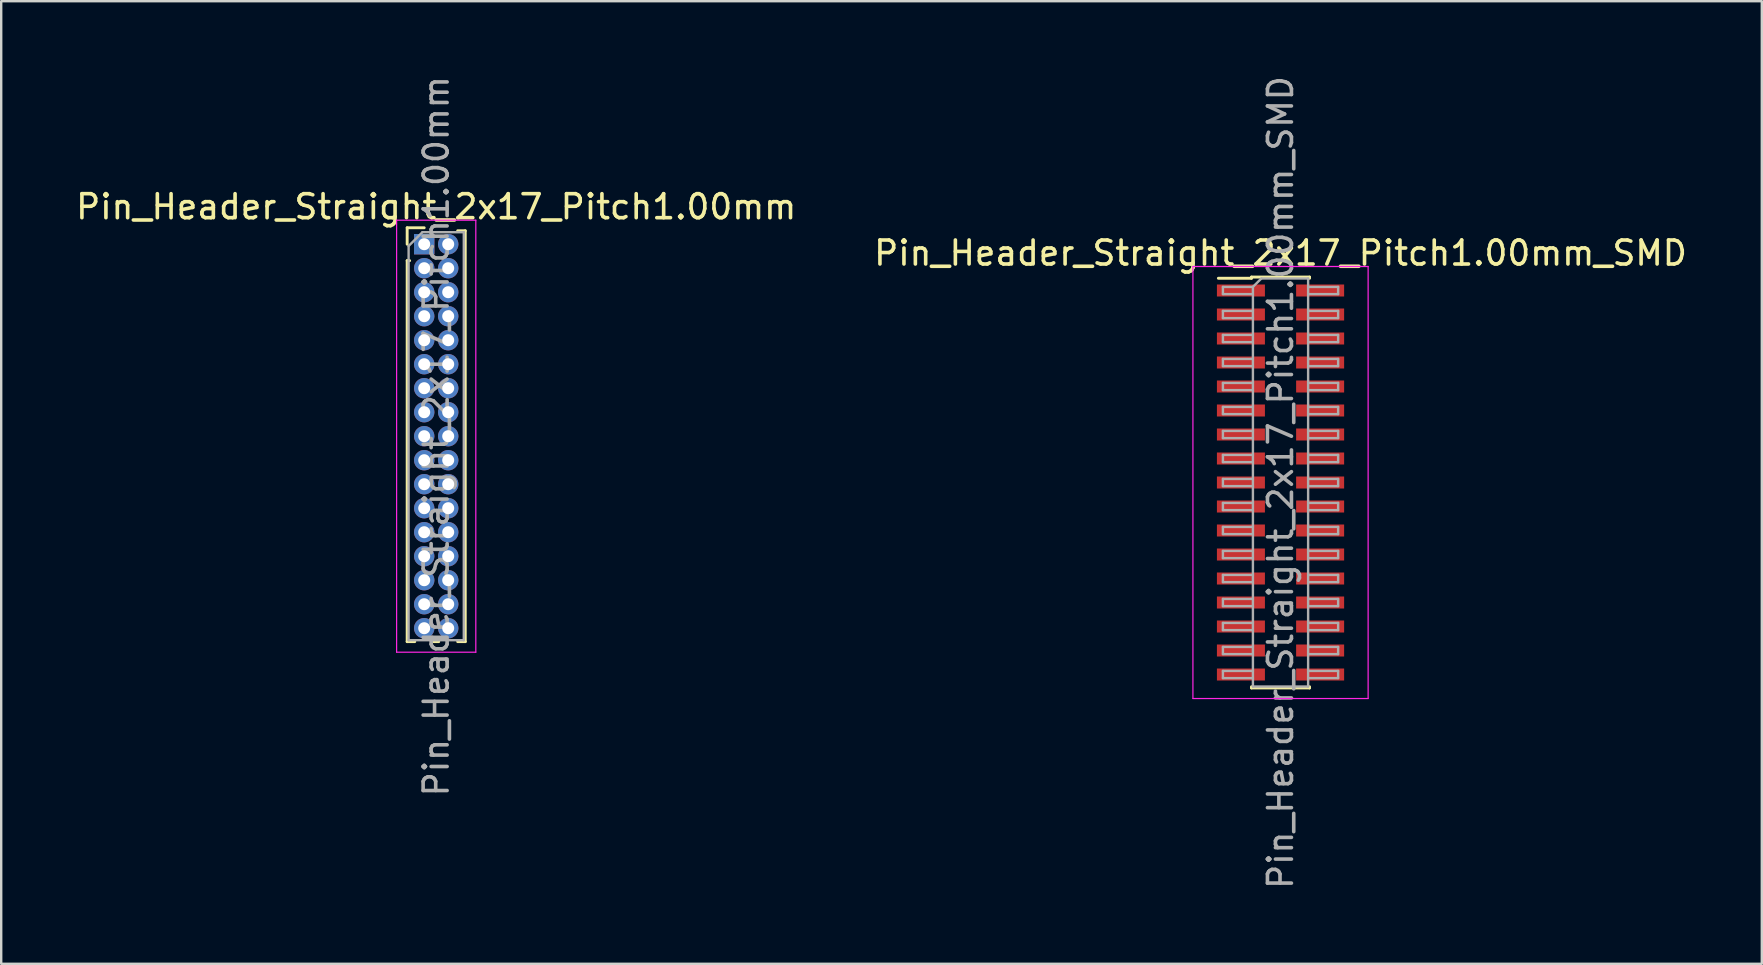
<source format=kicad_pcb>
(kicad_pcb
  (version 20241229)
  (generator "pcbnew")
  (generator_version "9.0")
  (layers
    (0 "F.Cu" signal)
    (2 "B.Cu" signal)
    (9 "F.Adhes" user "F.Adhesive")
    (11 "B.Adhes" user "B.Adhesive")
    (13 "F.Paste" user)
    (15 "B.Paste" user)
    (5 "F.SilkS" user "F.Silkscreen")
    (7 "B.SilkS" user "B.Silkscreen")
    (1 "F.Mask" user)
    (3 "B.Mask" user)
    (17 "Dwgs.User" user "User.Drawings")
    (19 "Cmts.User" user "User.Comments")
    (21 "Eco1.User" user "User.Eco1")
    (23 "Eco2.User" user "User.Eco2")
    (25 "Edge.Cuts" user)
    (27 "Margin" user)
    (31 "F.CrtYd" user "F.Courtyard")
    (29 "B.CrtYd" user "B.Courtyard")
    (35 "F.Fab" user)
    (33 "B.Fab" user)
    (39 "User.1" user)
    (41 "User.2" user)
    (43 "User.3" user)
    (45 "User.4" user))
  (footprint "Pin_Header_Straight_2x17_Pitch1.00mm"
    (layer "F.Cu")
    (at 14.625 7.125)
    (property "Reference" "Pin_Header_Straight_2x17_Pitch1.00mm" (at 0.5 -1.56 0) (layer "F.SilkS") (effects (font (size 1 1) (thickness 0.15))))
    (attr through_hole)
    (fp_line (start -0.71 -0.685) (end 0 -0.685) (stroke (width 0.12) (type solid)) (layer "F.SilkS"))
    (fp_line (start -0.71 0) (end -0.71 -0.685) (stroke (width 0.12) (type solid)) (layer "F.SilkS"))
    (fp_line (start -0.71 0.685) (end -0.71 16.56) (stroke (width 0.12) (type solid)) (layer "F.SilkS"))
    (fp_line (start -0.71 0.685) (end -0.608 0.685) (stroke (width 0.12) (type solid)) (layer "F.SilkS"))
    (fp_line (start -0.71 16.56) (end -0.394 16.56) (stroke (width 0.12) (type solid)) (layer "F.SilkS"))
    (fp_line (start 0.394 16.56) (end 0.606 16.56) (stroke (width 0.12) (type solid)) (layer "F.SilkS"))
    (fp_line (start 1.394 -0.56) (end 1.71 -0.56) (stroke (width 0.12) (type solid)) (layer "F.SilkS"))
    (fp_line (start 1.394 16.56) (end 1.71 16.56) (stroke (width 0.12) (type solid)) (layer "F.SilkS"))
    (fp_line (start 1.71 -0.56) (end 1.71 16.56) (stroke (width 0.12) (type solid)) (layer "F.SilkS"))
    (fp_line (start -1.15 -1) (end -1.15 17) (stroke (width 0.05) (type solid)) (layer "F.CrtYd"))
    (fp_line (start -1.15 17) (end 2.15 17) (stroke (width 0.05) (type solid)) (layer "F.CrtYd"))
    (fp_line (start 2.15 -1) (end -1.15 -1) (stroke (width 0.05) (type solid)) (layer "F.CrtYd"))
    (fp_line (start 2.15 17) (end 2.15 -1) (stroke (width 0.05) (type solid)) (layer "F.CrtYd"))
    (fp_line (start -0.65 0.075) (end -0.075 -0.5) (stroke (width 0.1) (type solid)) (layer "F.Fab"))
    (fp_line (start -0.65 16.5) (end -0.65 0.075) (stroke (width 0.1) (type solid)) (layer "F.Fab"))
    (fp_line (start -0.075 -0.5) (end 1.65 -0.5) (stroke (width 0.1) (type solid)) (layer "F.Fab"))
    (fp_line (start 1.65 -0.5) (end 1.65 16.5) (stroke (width 0.1) (type solid)) (layer "F.Fab"))
    (fp_line (start 1.65 16.5) (end -0.65 16.5) (stroke (width 0.1) (type solid)) (layer "F.Fab"))
    (fp_text user "${REFERENCE}" (at 0.5 8 90) (layer "F.Fab") (effects (font (size 1 1) (thickness 0.15))))
    (pad "1" thru_hole rect (at 0 0) (size 0.85 0.85) (drill 0.5) (layers "*.Cu" "*.Mask"))
    (pad "2" thru_hole oval (at 1 0) (size 0.85 0.85) (drill 0.5) (layers "*.Cu" "*.Mask"))
    (pad "3" thru_hole oval (at 0 1) (size 0.85 0.85) (drill 0.5) (layers "*.Cu" "*.Mask"))
    (pad "4" thru_hole oval (at 1 1) (size 0.85 0.85) (drill 0.5) (layers "*.Cu" "*.Mask"))
    (pad "5" thru_hole oval (at 0 2) (size 0.85 0.85) (drill 0.5) (layers "*.Cu" "*.Mask"))
    (pad "6" thru_hole oval (at 1 2) (size 0.85 0.85) (drill 0.5) (layers "*.Cu" "*.Mask"))
    (pad "7" thru_hole oval (at 0 3) (size 0.85 0.85) (drill 0.5) (layers "*.Cu" "*.Mask"))
    (pad "8" thru_hole oval (at 1 3) (size 0.85 0.85) (drill 0.5) (layers "*.Cu" "*.Mask"))
    (pad "9" thru_hole oval (at 0 4) (size 0.85 0.85) (drill 0.5) (layers "*.Cu" "*.Mask"))
    (pad "10" thru_hole oval (at 1 4) (size 0.85 0.85) (drill 0.5) (layers "*.Cu" "*.Mask"))
    (pad "11" thru_hole oval (at 0 5) (size 0.85 0.85) (drill 0.5) (layers "*.Cu" "*.Mask"))
    (pad "12" thru_hole oval (at 1 5) (size 0.85 0.85) (drill 0.5) (layers "*.Cu" "*.Mask"))
    (pad "13" thru_hole oval (at 0 6) (size 0.85 0.85) (drill 0.5) (layers "*.Cu" "*.Mask"))
    (pad "14" thru_hole oval (at 1 6) (size 0.85 0.85) (drill 0.5) (layers "*.Cu" "*.Mask"))
    (pad "15" thru_hole oval (at 0 7) (size 0.85 0.85) (drill 0.5) (layers "*.Cu" "*.Mask"))
    (pad "16" thru_hole oval (at 1 7) (size 0.85 0.85) (drill 0.5) (layers "*.Cu" "*.Mask"))
    (pad "17" thru_hole oval (at 0 8) (size 0.85 0.85) (drill 0.5) (layers "*.Cu" "*.Mask"))
    (pad "18" thru_hole oval (at 1 8) (size 0.85 0.85) (drill 0.5) (layers "*.Cu" "*.Mask"))
    (pad "19" thru_hole oval (at 0 9) (size 0.85 0.85) (drill 0.5) (layers "*.Cu" "*.Mask"))
    (pad "20" thru_hole oval (at 1 9) (size 0.85 0.85) (drill 0.5) (layers "*.Cu" "*.Mask"))
    (pad "21" thru_hole oval (at 0 10) (size 0.85 0.85) (drill 0.5) (layers "*.Cu" "*.Mask"))
    (pad "22" thru_hole oval (at 1 10) (size 0.85 0.85) (drill 0.5) (layers "*.Cu" "*.Mask"))
    (pad "23" thru_hole oval (at 0 11) (size 0.85 0.85) (drill 0.5) (layers "*.Cu" "*.Mask"))
    (pad "24" thru_hole oval (at 1 11) (size 0.85 0.85) (drill 0.5) (layers "*.Cu" "*.Mask"))
    (pad "25" thru_hole oval (at 0 12) (size 0.85 0.85) (drill 0.5) (layers "*.Cu" "*.Mask"))
    (pad "26" thru_hole oval (at 1 12) (size 0.85 0.85) (drill 0.5) (layers "*.Cu" "*.Mask"))
    (pad "27" thru_hole oval (at 0 13) (size 0.85 0.85) (drill 0.5) (layers "*.Cu" "*.Mask"))
    (pad "28" thru_hole oval (at 1 13) (size 0.85 0.85) (drill 0.5) (layers "*.Cu" "*.Mask"))
    (pad "29" thru_hole oval (at 0 14) (size 0.85 0.85) (drill 0.5) (layers "*.Cu" "*.Mask"))
    (pad "30" thru_hole oval (at 1 14) (size 0.85 0.85) (drill 0.5) (layers "*.Cu" "*.Mask"))
    (pad "31" thru_hole oval (at 0 15) (size 0.85 0.85) (drill 0.5) (layers "*.Cu" "*.Mask"))
    (pad "32" thru_hole oval (at 1 15) (size 0.85 0.85) (drill 0.5) (layers "*.Cu" "*.Mask"))
    (pad "33" thru_hole oval (at 0 16) (size 0.85 0.85) (drill 0.5) (layers "*.Cu" "*.Mask"))
    (pad "34" thru_hole oval (at 1 16) (size 0.85 0.85) (drill 0.5) (layers "*.Cu" "*.Mask")))
  (footprint "Pin_Header_Straight_2x17_Pitch1.00mm_SMD"
    (layer "F.Cu")
    (at 50.304 17.054)
    (property "Reference" "Pin_Header_Straight_2x17_Pitch1.00mm_SMD" (at 0 -9.56 0) (layer "F.SilkS") (effects (font (size 1 1) (thickness 0.15))))
    (attr smd)
    (fp_line (start -2.59 -8.51) (end -1.21 -8.51) (stroke (width 0.12) (type solid)) (layer "F.SilkS"))
    (fp_line (start -1.21 -8.56) (end -1.21 -8.51) (stroke (width 0.12) (type solid)) (layer "F.SilkS"))
    (fp_line (start -1.21 -8.56) (end 1.21 -8.56) (stroke (width 0.12) (type solid)) (layer "F.SilkS"))
    (fp_line (start -1.21 8.51) (end -1.21 8.56) (stroke (width 0.12) (type solid)) (layer "F.SilkS"))
    (fp_line (start -1.21 8.56) (end 1.21 8.56) (stroke (width 0.12) (type solid)) (layer "F.SilkS"))
    (fp_line (start 1.21 -8.56) (end 1.21 -8.51) (stroke (width 0.12) (type solid)) (layer "F.SilkS"))
    (fp_line (start 1.21 8.51) (end 1.21 8.56) (stroke (width 0.12) (type solid)) (layer "F.SilkS"))
    (fp_line (start -3.65 -9) (end -3.65 9) (stroke (width 0.05) (type solid)) (layer "F.CrtYd"))
    (fp_line (start -3.65 9) (end 3.65 9) (stroke (width 0.05) (type solid)) (layer "F.CrtYd"))
    (fp_line (start 3.65 -9) (end -3.65 -9) (stroke (width 0.05) (type solid)) (layer "F.CrtYd"))
    (fp_line (start 3.65 9) (end 3.65 -9) (stroke (width 0.05) (type solid)) (layer "F.CrtYd"))
    (fp_line (start -2.4 -8.15) (end -2.4 -7.85) (stroke (width 0.1) (type solid)) (layer "F.Fab"))
    (fp_line (start -2.4 -7.85) (end -1.15 -7.85) (stroke (width 0.1) (type solid)) (layer "F.Fab"))
    (fp_line (start -2.4 -7.15) (end -2.4 -6.85) (stroke (width 0.1) (type solid)) (layer "F.Fab"))
    (fp_line (start -2.4 -6.85) (end -1.15 -6.85) (stroke (width 0.1) (type solid)) (layer "F.Fab"))
    (fp_line (start -2.4 -6.15) (end -2.4 -5.85) (stroke (width 0.1) (type solid)) (layer "F.Fab"))
    (fp_line (start -2.4 -5.85) (end -1.15 -5.85) (stroke (width 0.1) (type solid)) (layer "F.Fab"))
    (fp_line (start -2.4 -5.15) (end -2.4 -4.85) (stroke (width 0.1) (type solid)) (layer "F.Fab"))
    (fp_line (start -2.4 -4.85) (end -1.15 -4.85) (stroke (width 0.1) (type solid)) (layer "F.Fab"))
    (fp_line (start -2.4 -4.15) (end -2.4 -3.85) (stroke (width 0.1) (type solid)) (layer "F.Fab"))
    (fp_line (start -2.4 -3.85) (end -1.15 -3.85) (stroke (width 0.1) (type solid)) (layer "F.Fab"))
    (fp_line (start -2.4 -3.15) (end -2.4 -2.85) (stroke (width 0.1) (type solid)) (layer "F.Fab"))
    (fp_line (start -2.4 -2.85) (end -1.15 -2.85) (stroke (width 0.1) (type solid)) (layer "F.Fab"))
    (fp_line (start -2.4 -2.15) (end -2.4 -1.85) (stroke (width 0.1) (type solid)) (layer "F.Fab"))
    (fp_line (start -2.4 -1.85) (end -1.15 -1.85) (stroke (width 0.1) (type solid)) (layer "F.Fab"))
    (fp_line (start -2.4 -1.15) (end -2.4 -0.85) (stroke (width 0.1) (type solid)) (layer "F.Fab"))
    (fp_line (start -2.4 -0.85) (end -1.15 -0.85) (stroke (width 0.1) (type solid)) (layer "F.Fab"))
    (fp_line (start -2.4 -0.15) (end -2.4 0.15) (stroke (width 0.1) (type solid)) (layer "F.Fab"))
    (fp_line (start -2.4 0.15) (end -1.15 0.15) (stroke (width 0.1) (type solid)) (layer "F.Fab"))
    (fp_line (start -2.4 0.85) (end -2.4 1.15) (stroke (width 0.1) (type solid)) (layer "F.Fab"))
    (fp_line (start -2.4 1.15) (end -1.15 1.15) (stroke (width 0.1) (type solid)) (layer "F.Fab"))
    (fp_line (start -2.4 1.85) (end -2.4 2.15) (stroke (width 0.1) (type solid)) (layer "F.Fab"))
    (fp_line (start -2.4 2.15) (end -1.15 2.15) (stroke (width 0.1) (type solid)) (layer "F.Fab"))
    (fp_line (start -2.4 2.85) (end -2.4 3.15) (stroke (width 0.1) (type solid)) (layer "F.Fab"))
    (fp_line (start -2.4 3.15) (end -1.15 3.15) (stroke (width 0.1) (type solid)) (layer "F.Fab"))
    (fp_line (start -2.4 3.85) (end -2.4 4.15) (stroke (width 0.1) (type solid)) (layer "F.Fab"))
    (fp_line (start -2.4 4.15) (end -1.15 4.15) (stroke (width 0.1) (type solid)) (layer "F.Fab"))
    (fp_line (start -2.4 4.85) (end -2.4 5.15) (stroke (width 0.1) (type solid)) (layer "F.Fab"))
    (fp_line (start -2.4 5.15) (end -1.15 5.15) (stroke (width 0.1) (type solid)) (layer "F.Fab"))
    (fp_line (start -2.4 5.85) (end -2.4 6.15) (stroke (width 0.1) (type solid)) (layer "F.Fab"))
    (fp_line (start -2.4 6.15) (end -1.15 6.15) (stroke (width 0.1) (type solid)) (layer "F.Fab"))
    (fp_line (start -2.4 6.85) (end -2.4 7.15) (stroke (width 0.1) (type solid)) (layer "F.Fab"))
    (fp_line (start -2.4 7.15) (end -1.15 7.15) (stroke (width 0.1) (type solid)) (layer "F.Fab"))
    (fp_line (start -2.4 7.85) (end -2.4 8.15) (stroke (width 0.1) (type solid)) (layer "F.Fab"))
    (fp_line (start -2.4 8.15) (end -1.15 8.15) (stroke (width 0.1) (type solid)) (layer "F.Fab"))
    (fp_line (start -1.15 -8.15) (end -2.4 -8.15) (stroke (width 0.1) (type solid)) (layer "F.Fab"))
    (fp_line (start -1.15 -8.15) (end -0.8 -8.5) (stroke (width 0.1) (type solid)) (layer "F.Fab"))
    (fp_line (start -1.15 -7.15) (end -2.4 -7.15) (stroke (width 0.1) (type solid)) (layer "F.Fab"))
    (fp_line (start -1.15 -6.15) (end -2.4 -6.15) (stroke (width 0.1) (type solid)) (layer "F.Fab"))
    (fp_line (start -1.15 -5.15) (end -2.4 -5.15) (stroke (width 0.1) (type solid)) (layer "F.Fab"))
    (fp_line (start -1.15 -4.15) (end -2.4 -4.15) (stroke (width 0.1) (type solid)) (layer "F.Fab"))
    (fp_line (start -1.15 -3.15) (end -2.4 -3.15) (stroke (width 0.1) (type solid)) (layer "F.Fab"))
    (fp_line (start -1.15 -2.15) (end -2.4 -2.15) (stroke (width 0.1) (type solid)) (layer "F.Fab"))
    (fp_line (start -1.15 -1.15) (end -2.4 -1.15) (stroke (width 0.1) (type solid)) (layer "F.Fab"))
    (fp_line (start -1.15 -0.15) (end -2.4 -0.15) (stroke (width 0.1) (type solid)) (layer "F.Fab"))
    (fp_line (start -1.15 0.85) (end -2.4 0.85) (stroke (width 0.1) (type solid)) (layer "F.Fab"))
    (fp_line (start -1.15 1.85) (end -2.4 1.85) (stroke (width 0.1) (type solid)) (layer "F.Fab"))
    (fp_line (start -1.15 2.85) (end -2.4 2.85) (stroke (width 0.1) (type solid)) (layer "F.Fab"))
    (fp_line (start -1.15 3.85) (end -2.4 3.85) (stroke (width 0.1) (type solid)) (layer "F.Fab"))
    (fp_line (start -1.15 4.85) (end -2.4 4.85) (stroke (width 0.1) (type solid)) (layer "F.Fab"))
    (fp_line (start -1.15 5.85) (end -2.4 5.85) (stroke (width 0.1) (type solid)) (layer "F.Fab"))
    (fp_line (start -1.15 6.85) (end -2.4 6.85) (stroke (width 0.1) (type solid)) (layer "F.Fab"))
    (fp_line (start -1.15 7.85) (end -2.4 7.85) (stroke (width 0.1) (type solid)) (layer "F.Fab"))
    (fp_line (start -1.15 8.5) (end -1.15 -8.15) (stroke (width 0.1) (type solid)) (layer "F.Fab"))
    (fp_line (start -0.8 -8.5) (end 1.15 -8.5) (stroke (width 0.1) (type solid)) (layer "F.Fab"))
    (fp_line (start 1.15 -8.5) (end 1.15 8.5) (stroke (width 0.1) (type solid)) (layer "F.Fab"))
    (fp_line (start 1.15 -8.15) (end 2.4 -8.15) (stroke (width 0.1) (type solid)) (layer "F.Fab"))
    (fp_line (start 1.15 -7.15) (end 2.4 -7.15) (stroke (width 0.1) (type solid)) (layer "F.Fab"))
    (fp_line (start 1.15 -6.15) (end 2.4 -6.15) (stroke (width 0.1) (type solid)) (layer "F.Fab"))
    (fp_line (start 1.15 -5.15) (end 2.4 -5.15) (stroke (width 0.1) (type solid)) (layer "F.Fab"))
    (fp_line (start 1.15 -4.15) (end 2.4 -4.15) (stroke (width 0.1) (type solid)) (layer "F.Fab"))
    (fp_line (start 1.15 -3.15) (end 2.4 -3.15) (stroke (width 0.1) (type solid)) (layer "F.Fab"))
    (fp_line (start 1.15 -2.15) (end 2.4 -2.15) (stroke (width 0.1) (type solid)) (layer "F.Fab"))
    (fp_line (start 1.15 -1.15) (end 2.4 -1.15) (stroke (width 0.1) (type solid)) (layer "F.Fab"))
    (fp_line (start 1.15 -0.15) (end 2.4 -0.15) (stroke (width 0.1) (type solid)) (layer "F.Fab"))
    (fp_line (start 1.15 0.85) (end 2.4 0.85) (stroke (width 0.1) (type solid)) (layer "F.Fab"))
    (fp_line (start 1.15 1.85) (end 2.4 1.85) (stroke (width 0.1) (type solid)) (layer "F.Fab"))
    (fp_line (start 1.15 2.85) (end 2.4 2.85) (stroke (width 0.1) (type solid)) (layer "F.Fab"))
    (fp_line (start 1.15 3.85) (end 2.4 3.85) (stroke (width 0.1) (type solid)) (layer "F.Fab"))
    (fp_line (start 1.15 4.85) (end 2.4 4.85) (stroke (width 0.1) (type solid)) (layer "F.Fab"))
    (fp_line (start 1.15 5.85) (end 2.4 5.85) (stroke (width 0.1) (type solid)) (layer "F.Fab"))
    (fp_line (start 1.15 6.85) (end 2.4 6.85) (stroke (width 0.1) (type solid)) (layer "F.Fab"))
    (fp_line (start 1.15 7.85) (end 2.4 7.85) (stroke (width 0.1) (type solid)) (layer "F.Fab"))
    (fp_line (start 1.15 8.5) (end -1.15 8.5) (stroke (width 0.1) (type solid)) (layer "F.Fab"))
    (fp_line (start 2.4 -8.15) (end 2.4 -7.85) (stroke (width 0.1) (type solid)) (layer "F.Fab"))
    (fp_line (start 2.4 -7.85) (end 1.15 -7.85) (stroke (width 0.1) (type solid)) (layer "F.Fab"))
    (fp_line (start 2.4 -7.15) (end 2.4 -6.85) (stroke (width 0.1) (type solid)) (layer "F.Fab"))
    (fp_line (start 2.4 -6.85) (end 1.15 -6.85) (stroke (width 0.1) (type solid)) (layer "F.Fab"))
    (fp_line (start 2.4 -6.15) (end 2.4 -5.85) (stroke (width 0.1) (type solid)) (layer "F.Fab"))
    (fp_line (start 2.4 -5.85) (end 1.15 -5.85) (stroke (width 0.1) (type solid)) (layer "F.Fab"))
    (fp_line (start 2.4 -5.15) (end 2.4 -4.85) (stroke (width 0.1) (type solid)) (layer "F.Fab"))
    (fp_line (start 2.4 -4.85) (end 1.15 -4.85) (stroke (width 0.1) (type solid)) (layer "F.Fab"))
    (fp_line (start 2.4 -4.15) (end 2.4 -3.85) (stroke (width 0.1) (type solid)) (layer "F.Fab"))
    (fp_line (start 2.4 -3.85) (end 1.15 -3.85) (stroke (width 0.1) (type solid)) (layer "F.Fab"))
    (fp_line (start 2.4 -3.15) (end 2.4 -2.85) (stroke (width 0.1) (type solid)) (layer "F.Fab"))
    (fp_line (start 2.4 -2.85) (end 1.15 -2.85) (stroke (width 0.1) (type solid)) (layer "F.Fab"))
    (fp_line (start 2.4 -2.15) (end 2.4 -1.85) (stroke (width 0.1) (type solid)) (layer "F.Fab"))
    (fp_line (start 2.4 -1.85) (end 1.15 -1.85) (stroke (width 0.1) (type solid)) (layer "F.Fab"))
    (fp_line (start 2.4 -1.15) (end 2.4 -0.85) (stroke (width 0.1) (type solid)) (layer "F.Fab"))
    (fp_line (start 2.4 -0.85) (end 1.15 -0.85) (stroke (width 0.1) (type solid)) (layer "F.Fab"))
    (fp_line (start 2.4 -0.15) (end 2.4 0.15) (stroke (width 0.1) (type solid)) (layer "F.Fab"))
    (fp_line (start 2.4 0.15) (end 1.15 0.15) (stroke (width 0.1) (type solid)) (layer "F.Fab"))
    (fp_line (start 2.4 0.85) (end 2.4 1.15) (stroke (width 0.1) (type solid)) (layer "F.Fab"))
    (fp_line (start 2.4 1.15) (end 1.15 1.15) (stroke (width 0.1) (type solid)) (layer "F.Fab"))
    (fp_line (start 2.4 1.85) (end 2.4 2.15) (stroke (width 0.1) (type solid)) (layer "F.Fab"))
    (fp_line (start 2.4 2.15) (end 1.15 2.15) (stroke (width 0.1) (type solid)) (layer "F.Fab"))
    (fp_line (start 2.4 2.85) (end 2.4 3.15) (stroke (width 0.1) (type solid)) (layer "F.Fab"))
    (fp_line (start 2.4 3.15) (end 1.15 3.15) (stroke (width 0.1) (type solid)) (layer "F.Fab"))
    (fp_line (start 2.4 3.85) (end 2.4 4.15) (stroke (width 0.1) (type solid)) (layer "F.Fab"))
    (fp_line (start 2.4 4.15) (end 1.15 4.15) (stroke (width 0.1) (type solid)) (layer "F.Fab"))
    (fp_line (start 2.4 4.85) (end 2.4 5.15) (stroke (width 0.1) (type solid)) (layer "F.Fab"))
    (fp_line (start 2.4 5.15) (end 1.15 5.15) (stroke (width 0.1) (type solid)) (layer "F.Fab"))
    (fp_line (start 2.4 5.85) (end 2.4 6.15) (stroke (width 0.1) (type solid)) (layer "F.Fab"))
    (fp_line (start 2.4 6.15) (end 1.15 6.15) (stroke (width 0.1) (type solid)) (layer "F.Fab"))
    (fp_line (start 2.4 6.85) (end 2.4 7.15) (stroke (width 0.1) (type solid)) (layer "F.Fab"))
    (fp_line (start 2.4 7.15) (end 1.15 7.15) (stroke (width 0.1) (type solid)) (layer "F.Fab"))
    (fp_line (start 2.4 7.85) (end 2.4 8.15) (stroke (width 0.1) (type solid)) (layer "F.Fab"))
    (fp_line (start 2.4 8.15) (end 1.15 8.15) (stroke (width 0.1) (type solid)) (layer "F.Fab"))
    (fp_text user "${REFERENCE}" (at 0 0 90) (layer "F.Fab") (effects (font (size 1 1) (thickness 0.15))))
    (pad "1" smd rect (at -1.65 -8) (size 2 0.5) (layers "F.Cu" "F.Mask" "F.Paste"))
    (pad "2" smd rect (at 1.65 -8) (size 2 0.5) (layers "F.Cu" "F.Mask" "F.Paste"))
    (pad "3" smd rect (at -1.65 -7) (size 2 0.5) (layers "F.Cu" "F.Mask" "F.Paste"))
    (pad "4" smd rect (at 1.65 -7) (size 2 0.5) (layers "F.Cu" "F.Mask" "F.Paste"))
    (pad "5" smd rect (at -1.65 -6) (size 2 0.5) (layers "F.Cu" "F.Mask" "F.Paste"))
    (pad "6" smd rect (at 1.65 -6) (size 2 0.5) (layers "F.Cu" "F.Mask" "F.Paste"))
    (pad "7" smd rect (at -1.65 -5) (size 2 0.5) (layers "F.Cu" "F.Mask" "F.Paste"))
    (pad "8" smd rect (at 1.65 -5) (size 2 0.5) (layers "F.Cu" "F.Mask" "F.Paste"))
    (pad "9" smd rect (at -1.65 -4) (size 2 0.5) (layers "F.Cu" "F.Mask" "F.Paste"))
    (pad "10" smd rect (at 1.65 -4) (size 2 0.5) (layers "F.Cu" "F.Mask" "F.Paste"))
    (pad "11" smd rect (at -1.65 -3) (size 2 0.5) (layers "F.Cu" "F.Mask" "F.Paste"))
    (pad "12" smd rect (at 1.65 -3) (size 2 0.5) (layers "F.Cu" "F.Mask" "F.Paste"))
    (pad "13" smd rect (at -1.65 -2) (size 2 0.5) (layers "F.Cu" "F.Mask" "F.Paste"))
    (pad "14" smd rect (at 1.65 -2) (size 2 0.5) (layers "F.Cu" "F.Mask" "F.Paste"))
    (pad "15" smd rect (at -1.65 -1) (size 2 0.5) (layers "F.Cu" "F.Mask" "F.Paste"))
    (pad "16" smd rect (at 1.65 -1) (size 2 0.5) (layers "F.Cu" "F.Mask" "F.Paste"))
    (pad "17" smd rect (at -1.65 0) (size 2 0.5) (layers "F.Cu" "F.Mask" "F.Paste"))
    (pad "18" smd rect (at 1.65 0) (size 2 0.5) (layers "F.Cu" "F.Mask" "F.Paste"))
    (pad "19" smd rect (at -1.65 1) (size 2 0.5) (layers "F.Cu" "F.Mask" "F.Paste"))
    (pad "20" smd rect (at 1.65 1) (size 2 0.5) (layers "F.Cu" "F.Mask" "F.Paste"))
    (pad "21" smd rect (at -1.65 2) (size 2 0.5) (layers "F.Cu" "F.Mask" "F.Paste"))
    (pad "22" smd rect (at 1.65 2) (size 2 0.5) (layers "F.Cu" "F.Mask" "F.Paste"))
    (pad "23" smd rect (at -1.65 3) (size 2 0.5) (layers "F.Cu" "F.Mask" "F.Paste"))
    (pad "24" smd rect (at 1.65 3) (size 2 0.5) (layers "F.Cu" "F.Mask" "F.Paste"))
    (pad "25" smd rect (at -1.65 4) (size 2 0.5) (layers "F.Cu" "F.Mask" "F.Paste"))
    (pad "26" smd rect (at 1.65 4) (size 2 0.5) (layers "F.Cu" "F.Mask" "F.Paste"))
    (pad "27" smd rect (at -1.65 5) (size 2 0.5) (layers "F.Cu" "F.Mask" "F.Paste"))
    (pad "28" smd rect (at 1.65 5) (size 2 0.5) (layers "F.Cu" "F.Mask" "F.Paste"))
    (pad "29" smd rect (at -1.65 6) (size 2 0.5) (layers "F.Cu" "F.Mask" "F.Paste"))
    (pad "30" smd rect (at 1.65 6) (size 2 0.5) (layers "F.Cu" "F.Mask" "F.Paste"))
    (pad "31" smd rect (at -1.65 7) (size 2 0.5) (layers "F.Cu" "F.Mask" "F.Paste"))
    (pad "32" smd rect (at 1.65 7) (size 2 0.5) (layers "F.Cu" "F.Mask" "F.Paste"))
    (pad "33" smd rect (at -1.65 8) (size 2 0.5) (layers "F.Cu" "F.Mask" "F.Paste"))
    (pad "34" smd rect (at 1.65 8) (size 2 0.5) (layers "F.Cu" "F.Mask" "F.Paste")))
  (gr_rect
    (start -3 -3)
    (end 70.357 37.107)
    (stroke (width 0.1) (type default))
    (fill no)
    (layer "Edge.Cuts")))
</source>
